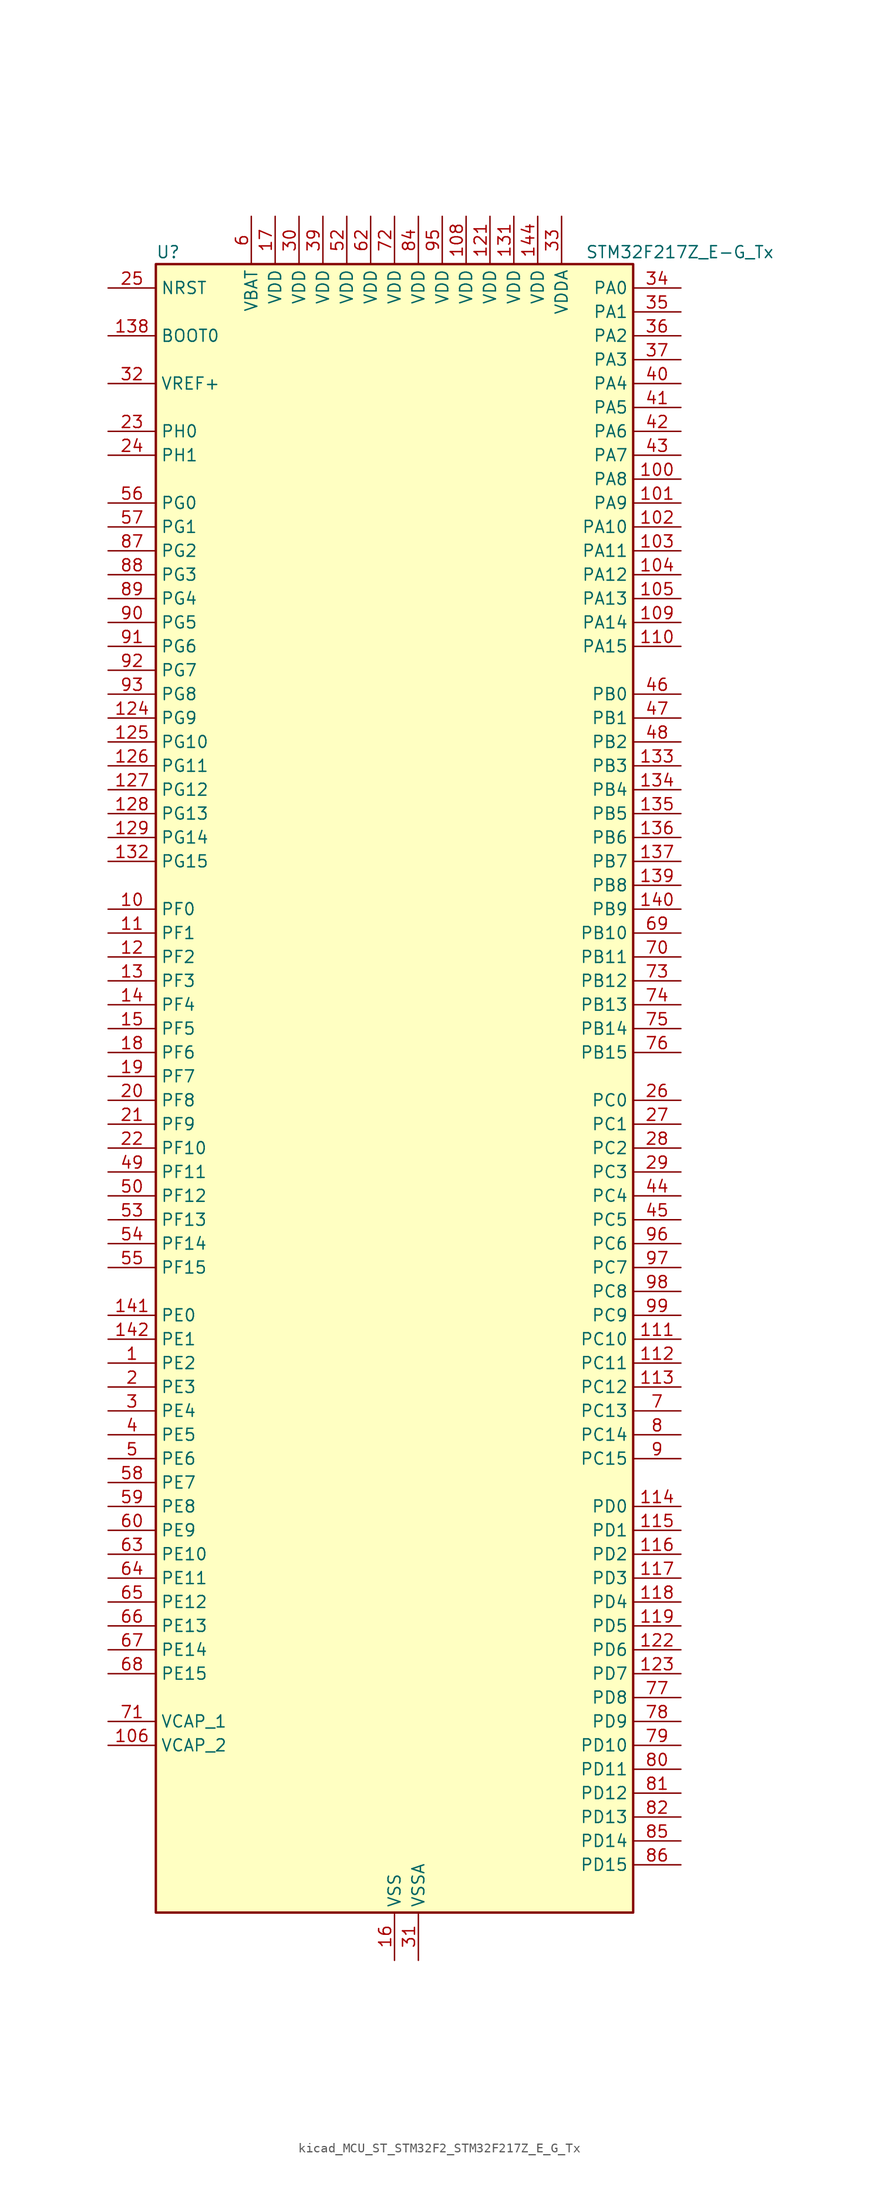
<source format=kicad_sym>
(kicad_symbol_lib
  (version 20220914)
  (generator kicad_symbol_editor)
  (symbol "kicad_MCU_ST_STM32F2_STM32F217Z_E_G_Tx"
    (property "Reference" "U"
      (at -25.4 90.17 0)
      (effects (font (size 1.27 1.27)) (justify left)))
    (property "Value" "STM32F217Z_E-G_Tx"
      (at 20.32 90.17 0)
      (effects (font (size 1.27 1.27)) (justify left)))
    (property "ki_locked" ""
      (at 0 0 0)
      (effects (font (size 1.27 1.27))))
    (symbol "kicad_MCU_ST_STM32F2_STM32F217Z_E_G_Tx_0_1"
      (rectangle (start -25.4 -86.36) (end 25.4 88.9) (stroke (width 0.254) (type default)) (fill (type background))))
    (symbol "kicad_MCU_ST_STM32F2_STM32F217Z_E_G_Tx_1_1"
      (pin bidirectional line (at -30.48 -27.94 0) (length 5.08) (name "PE2" (effects (font (size 1.27 1.27)))) (number "1" (effects (font (size 1.27 1.27)))) (alternate "ETH_TXD3" bidirectional line) (alternate "FSMC_A23" bidirectional line) (alternate "SYS_TRACECLK" bidirectional line))
      (pin bidirectional line (at -30.48 20.32 0) (length 5.08) (name "PF0" (effects (font (size 1.27 1.27)))) (number "10" (effects (font (size 1.27 1.27)))) (alternate "FSMC_A0" bidirectional line) (alternate "I2C2_SDA" bidirectional line))
      (pin bidirectional line (at 30.48 66.04 180) (length 5.08) (name "PA8" (effects (font (size 1.27 1.27)))) (number "100" (effects (font (size 1.27 1.27)))) (alternate "I2C3_SCL" bidirectional line) (alternate "RCC_MCO_1" bidirectional line) (alternate "TIM1_CH1" bidirectional line) (alternate "USART1_CK" bidirectional line) (alternate "USB_OTG_FS_SOF" bidirectional line))
      (pin bidirectional line (at 30.48 63.5 180) (length 5.08) (name "PA9" (effects (font (size 1.27 1.27)))) (number "101" (effects (font (size 1.27 1.27)))) (alternate "DAC_EXTI9" bidirectional line) (alternate "DCMI_D0" bidirectional line) (alternate "I2C3_SMBA" bidirectional line) (alternate "TIM1_CH2" bidirectional line) (alternate "USART1_TX" bidirectional line) (alternate "USB_OTG_FS_VBUS" bidirectional line))
      (pin bidirectional line (at 30.48 60.96 180) (length 5.08) (name "PA10" (effects (font (size 1.27 1.27)))) (number "102" (effects (font (size 1.27 1.27)))) (alternate "DCMI_D1" bidirectional line) (alternate "TIM1_CH3" bidirectional line) (alternate "USART1_RX" bidirectional line) (alternate "USB_OTG_FS_ID" bidirectional line))
      (pin bidirectional line (at 30.48 58.42 180) (length 5.08) (name "PA11" (effects (font (size 1.27 1.27)))) (number "103" (effects (font (size 1.27 1.27)))) (alternate "ADC1_EXTI11" bidirectional line) (alternate "ADC2_EXTI11" bidirectional line) (alternate "ADC3_EXTI11" bidirectional line) (alternate "CAN1_RX" bidirectional line) (alternate "TIM1_CH4" bidirectional line) (alternate "USART1_CTS" bidirectional line) (alternate "USB_OTG_FS_DM" bidirectional line))
      (pin bidirectional line (at 30.48 55.88 180) (length 5.08) (name "PA12" (effects (font (size 1.27 1.27)))) (number "104" (effects (font (size 1.27 1.27)))) (alternate "CAN1_TX" bidirectional line) (alternate "TIM1_ETR" bidirectional line) (alternate "USART1_RTS" bidirectional line) (alternate "USB_OTG_FS_DP" bidirectional line))
      (pin bidirectional line (at 30.48 53.34 180) (length 5.08) (name "PA13" (effects (font (size 1.27 1.27)))) (number "105" (effects (font (size 1.27 1.27)))) (alternate "SYS_JTMS-SWDIO" bidirectional line))
      (pin power_out line (at -30.48 -68.58 0) (length 5.08) (name "VCAP_2" (effects (font (size 1.27 1.27)))) (number "106" (effects (font (size 1.27 1.27)))))
      (pin passive line (at 0 -91.44 90) (length 5.08) hide (name "VSS" (effects (font (size 1.27 1.27)))) (number "107" (effects (font (size 1.27 1.27)))))
      (pin power_in line (at 7.62 93.98 270) (length 5.08) (name "VDD" (effects (font (size 1.27 1.27)))) (number "108" (effects (font (size 1.27 1.27)))))
      (pin bidirectional line (at 30.48 50.8 180) (length 5.08) (name "PA14" (effects (font (size 1.27 1.27)))) (number "109" (effects (font (size 1.27 1.27)))) (alternate "SYS_JTCK-SWCLK" bidirectional line))
      (pin bidirectional line (at -30.48 17.78 0) (length 5.08) (name "PF1" (effects (font (size 1.27 1.27)))) (number "11" (effects (font (size 1.27 1.27)))) (alternate "FSMC_A1" bidirectional line) (alternate "I2C2_SCL" bidirectional line))
      (pin bidirectional line (at 30.48 48.26 180) (length 5.08) (name "PA15" (effects (font (size 1.27 1.27)))) (number "110" (effects (font (size 1.27 1.27)))) (alternate "ADC1_EXTI15" bidirectional line) (alternate "ADC2_EXTI15" bidirectional line) (alternate "ADC3_EXTI15" bidirectional line) (alternate "I2S3_WS" bidirectional line) (alternate "SPI1_NSS" bidirectional line) (alternate "SPI3_NSS" bidirectional line) (alternate "SYS_JTDI" bidirectional line) (alternate "TIM2_CH1" bidirectional line) (alternate "TIM2_ETR" bidirectional line))
      (pin bidirectional line (at 30.48 -25.4 180) (length 5.08) (name "PC10" (effects (font (size 1.27 1.27)))) (number "111" (effects (font (size 1.27 1.27)))) (alternate "DCMI_D8" bidirectional line) (alternate "I2S3_SCK" bidirectional line) (alternate "SDIO_D2" bidirectional line) (alternate "SPI3_SCK" bidirectional line) (alternate "UART4_TX" bidirectional line) (alternate "USART3_TX" bidirectional line))
      (pin bidirectional line (at 30.48 -27.94 180) (length 5.08) (name "PC11" (effects (font (size 1.27 1.27)))) (number "112" (effects (font (size 1.27 1.27)))) (alternate "ADC1_EXTI11" bidirectional line) (alternate "ADC2_EXTI11" bidirectional line) (alternate "ADC3_EXTI11" bidirectional line) (alternate "DCMI_D4" bidirectional line) (alternate "SDIO_D3" bidirectional line) (alternate "SPI3_MISO" bidirectional line) (alternate "UART4_RX" bidirectional line) (alternate "USART3_RX" bidirectional line))
      (pin bidirectional line (at 30.48 -30.48 180) (length 5.08) (name "PC12" (effects (font (size 1.27 1.27)))) (number "113" (effects (font (size 1.27 1.27)))) (alternate "DCMI_D9" bidirectional line) (alternate "I2S3_SD" bidirectional line) (alternate "SDIO_CK" bidirectional line) (alternate "SPI3_MOSI" bidirectional line) (alternate "UART5_TX" bidirectional line) (alternate "USART3_CK" bidirectional line))
      (pin bidirectional line (at 30.48 -43.18 180) (length 5.08) (name "PD0" (effects (font (size 1.27 1.27)))) (number "114" (effects (font (size 1.27 1.27)))) (alternate "CAN1_RX" bidirectional line) (alternate "FSMC_D2" bidirectional line) (alternate "FSMC_DA2" bidirectional line))
      (pin bidirectional line (at 30.48 -45.72 180) (length 5.08) (name "PD1" (effects (font (size 1.27 1.27)))) (number "115" (effects (font (size 1.27 1.27)))) (alternate "CAN1_TX" bidirectional line) (alternate "FSMC_D3" bidirectional line) (alternate "FSMC_DA3" bidirectional line))
      (pin bidirectional line (at 30.48 -48.26 180) (length 5.08) (name "PD2" (effects (font (size 1.27 1.27)))) (number "116" (effects (font (size 1.27 1.27)))) (alternate "DCMI_D11" bidirectional line) (alternate "SDIO_CMD" bidirectional line) (alternate "TIM3_ETR" bidirectional line) (alternate "UART5_RX" bidirectional line))
      (pin bidirectional line (at 30.48 -50.8 180) (length 5.08) (name "PD3" (effects (font (size 1.27 1.27)))) (number "117" (effects (font (size 1.27 1.27)))) (alternate "FSMC_CLK" bidirectional line) (alternate "USART2_CTS" bidirectional line))
      (pin bidirectional line (at 30.48 -53.34 180) (length 5.08) (name "PD4" (effects (font (size 1.27 1.27)))) (number "118" (effects (font (size 1.27 1.27)))) (alternate "FSMC_NOE" bidirectional line) (alternate "USART2_RTS" bidirectional line))
      (pin bidirectional line (at 30.48 -55.88 180) (length 5.08) (name "PD5" (effects (font (size 1.27 1.27)))) (number "119" (effects (font (size 1.27 1.27)))) (alternate "FSMC_NWE" bidirectional line) (alternate "USART2_TX" bidirectional line))
      (pin bidirectional line (at -30.48 15.24 0) (length 5.08) (name "PF2" (effects (font (size 1.27 1.27)))) (number "12" (effects (font (size 1.27 1.27)))) (alternate "FSMC_A2" bidirectional line) (alternate "I2C2_SMBA" bidirectional line))
      (pin passive line (at 0 -91.44 90) (length 5.08) hide (name "VSS" (effects (font (size 1.27 1.27)))) (number "120" (effects (font (size 1.27 1.27)))))
      (pin power_in line (at 10.16 93.98 270) (length 5.08) (name "VDD" (effects (font (size 1.27 1.27)))) (number "121" (effects (font (size 1.27 1.27)))))
      (pin bidirectional line (at 30.48 -58.42 180) (length 5.08) (name "PD6" (effects (font (size 1.27 1.27)))) (number "122" (effects (font (size 1.27 1.27)))) (alternate "FSMC_NWAIT" bidirectional line) (alternate "USART2_RX" bidirectional line))
      (pin bidirectional line (at 30.48 -60.96 180) (length 5.08) (name "PD7" (effects (font (size 1.27 1.27)))) (number "123" (effects (font (size 1.27 1.27)))) (alternate "FSMC_NCE2" bidirectional line) (alternate "FSMC_NE1" bidirectional line) (alternate "USART2_CK" bidirectional line))
      (pin bidirectional line (at -30.48 40.64 0) (length 5.08) (name "PG9" (effects (font (size 1.27 1.27)))) (number "124" (effects (font (size 1.27 1.27)))) (alternate "DAC_EXTI9" bidirectional line) (alternate "FSMC_NCE3" bidirectional line) (alternate "FSMC_NE2" bidirectional line) (alternate "USART6_RX" bidirectional line))
      (pin bidirectional line (at -30.48 38.1 0) (length 5.08) (name "PG10" (effects (font (size 1.27 1.27)))) (number "125" (effects (font (size 1.27 1.27)))) (alternate "FSMC_NCE4_1" bidirectional line) (alternate "FSMC_NE3" bidirectional line))
      (pin bidirectional line (at -30.48 35.56 0) (length 5.08) (name "PG11" (effects (font (size 1.27 1.27)))) (number "126" (effects (font (size 1.27 1.27)))) (alternate "ADC1_EXTI11" bidirectional line) (alternate "ADC2_EXTI11" bidirectional line) (alternate "ADC3_EXTI11" bidirectional line) (alternate "ETH_TX_EN" bidirectional line) (alternate "FSMC_NCE4_2" bidirectional line))
      (pin bidirectional line (at -30.48 33.02 0) (length 5.08) (name "PG12" (effects (font (size 1.27 1.27)))) (number "127" (effects (font (size 1.27 1.27)))) (alternate "FSMC_NE4" bidirectional line) (alternate "USART6_RTS" bidirectional line))
      (pin bidirectional line (at -30.48 30.48 0) (length 5.08) (name "PG13" (effects (font (size 1.27 1.27)))) (number "128" (effects (font (size 1.27 1.27)))) (alternate "ETH_TXD0" bidirectional line) (alternate "FSMC_A24" bidirectional line) (alternate "USART6_CTS" bidirectional line))
      (pin bidirectional line (at -30.48 27.94 0) (length 5.08) (name "PG14" (effects (font (size 1.27 1.27)))) (number "129" (effects (font (size 1.27 1.27)))) (alternate "ETH_TXD1" bidirectional line) (alternate "FSMC_A25" bidirectional line) (alternate "USART6_TX" bidirectional line))
      (pin bidirectional line (at -30.48 12.7 0) (length 5.08) (name "PF3" (effects (font (size 1.27 1.27)))) (number "13" (effects (font (size 1.27 1.27)))) (alternate "ADC3_IN9" bidirectional line) (alternate "FSMC_A3" bidirectional line))
      (pin passive line (at 0 -91.44 90) (length 5.08) hide (name "VSS" (effects (font (size 1.27 1.27)))) (number "130" (effects (font (size 1.27 1.27)))))
      (pin power_in line (at 12.7 93.98 270) (length 5.08) (name "VDD" (effects (font (size 1.27 1.27)))) (number "131" (effects (font (size 1.27 1.27)))))
      (pin bidirectional line (at -30.48 25.4 0) (length 5.08) (name "PG15" (effects (font (size 1.27 1.27)))) (number "132" (effects (font (size 1.27 1.27)))) (alternate "ADC1_EXTI15" bidirectional line) (alternate "ADC2_EXTI15" bidirectional line) (alternate "ADC3_EXTI15" bidirectional line) (alternate "DCMI_D13" bidirectional line) (alternate "USART6_CTS" bidirectional line))
      (pin bidirectional line (at 30.48 35.56 180) (length 5.08) (name "PB3" (effects (font (size 1.27 1.27)))) (number "133" (effects (font (size 1.27 1.27)))) (alternate "I2S3_SCK" bidirectional line) (alternate "SPI1_SCK" bidirectional line) (alternate "SPI3_SCK" bidirectional line) (alternate "SYS_JTDO-SWO" bidirectional line) (alternate "TIM2_CH2" bidirectional line))
      (pin bidirectional line (at 30.48 33.02 180) (length 5.08) (name "PB4" (effects (font (size 1.27 1.27)))) (number "134" (effects (font (size 1.27 1.27)))) (alternate "SPI1_MISO" bidirectional line) (alternate "SPI3_MISO" bidirectional line) (alternate "SYS_JTRST" bidirectional line) (alternate "TIM3_CH1" bidirectional line))
      (pin bidirectional line (at 30.48 30.48 180) (length 5.08) (name "PB5" (effects (font (size 1.27 1.27)))) (number "135" (effects (font (size 1.27 1.27)))) (alternate "CAN2_RX" bidirectional line) (alternate "DCMI_D10" bidirectional line) (alternate "ETH_PPS_OUT" bidirectional line) (alternate "I2C1_SMBA" bidirectional line) (alternate "I2S3_SD" bidirectional line) (alternate "SPI1_MOSI" bidirectional line) (alternate "SPI3_MOSI" bidirectional line) (alternate "TIM3_CH2" bidirectional line) (alternate "USB_OTG_HS_ULPI_D7" bidirectional line))
      (pin bidirectional line (at 30.48 27.94 180) (length 5.08) (name "PB6" (effects (font (size 1.27 1.27)))) (number "136" (effects (font (size 1.27 1.27)))) (alternate "CAN2_TX" bidirectional line) (alternate "DCMI_D5" bidirectional line) (alternate "I2C1_SCL" bidirectional line) (alternate "TIM4_CH1" bidirectional line) (alternate "USART1_TX" bidirectional line))
      (pin bidirectional line (at 30.48 25.4 180) (length 5.08) (name "PB7" (effects (font (size 1.27 1.27)))) (number "137" (effects (font (size 1.27 1.27)))) (alternate "DCMI_VSYNC" bidirectional line) (alternate "FSMC_NL" bidirectional line) (alternate "I2C1_SDA" bidirectional line) (alternate "TIM4_CH2" bidirectional line) (alternate "USART1_RX" bidirectional line))
      (pin input line (at -30.48 81.28 0) (length 5.08) (name "BOOT0" (effects (font (size 1.27 1.27)))) (number "138" (effects (font (size 1.27 1.27)))))
      (pin bidirectional line (at 30.48 22.86 180) (length 5.08) (name "PB8" (effects (font (size 1.27 1.27)))) (number "139" (effects (font (size 1.27 1.27)))) (alternate "CAN1_RX" bidirectional line) (alternate "DCMI_D6" bidirectional line) (alternate "ETH_TXD3" bidirectional line) (alternate "I2C1_SCL" bidirectional line) (alternate "SDIO_D4" bidirectional line) (alternate "TIM10_CH1" bidirectional line) (alternate "TIM4_CH3" bidirectional line))
      (pin bidirectional line (at -30.48 10.16 0) (length 5.08) (name "PF4" (effects (font (size 1.27 1.27)))) (number "14" (effects (font (size 1.27 1.27)))) (alternate "ADC3_IN14" bidirectional line) (alternate "FSMC_A4" bidirectional line))
      (pin bidirectional line (at 30.48 20.32 180) (length 5.08) (name "PB9" (effects (font (size 1.27 1.27)))) (number "140" (effects (font (size 1.27 1.27)))) (alternate "CAN1_TX" bidirectional line) (alternate "DAC_EXTI9" bidirectional line) (alternate "DCMI_D7" bidirectional line) (alternate "I2C1_SDA" bidirectional line) (alternate "I2S2_WS" bidirectional line) (alternate "SDIO_D5" bidirectional line) (alternate "SPI2_NSS" bidirectional line) (alternate "TIM11_CH1" bidirectional line) (alternate "TIM4_CH4" bidirectional line))
      (pin bidirectional line (at -30.48 -22.86 0) (length 5.08) (name "PE0" (effects (font (size 1.27 1.27)))) (number "141" (effects (font (size 1.27 1.27)))) (alternate "DCMI_D2" bidirectional line) (alternate "FSMC_NBL0" bidirectional line) (alternate "TIM4_ETR" bidirectional line))
      (pin bidirectional line (at -30.48 -25.4 0) (length 5.08) (name "PE1" (effects (font (size 1.27 1.27)))) (number "142" (effects (font (size 1.27 1.27)))) (alternate "DCMI_D3" bidirectional line) (alternate "FSMC_NBL1" bidirectional line))
      (pin no_connect line (at -25.4 -86.36 0) (length 5.08) hide (name "RFU" (effects (font (size 1.27 1.27)))) (number "143" (effects (font (size 1.27 1.27)))))
      (pin power_in line (at 15.24 93.98 270) (length 5.08) (name "VDD" (effects (font (size 1.27 1.27)))) (number "144" (effects (font (size 1.27 1.27)))))
      (pin bidirectional line (at -30.48 7.62 0) (length 5.08) (name "PF5" (effects (font (size 1.27 1.27)))) (number "15" (effects (font (size 1.27 1.27)))) (alternate "ADC3_IN15" bidirectional line) (alternate "FSMC_A5" bidirectional line))
      (pin power_in line (at 0 -91.44 90) (length 5.08) (name "VSS" (effects (font (size 1.27 1.27)))) (number "16" (effects (font (size 1.27 1.27)))))
      (pin power_in line (at -12.7 93.98 270) (length 5.08) (name "VDD" (effects (font (size 1.27 1.27)))) (number "17" (effects (font (size 1.27 1.27)))))
      (pin bidirectional line (at -30.48 5.08 0) (length 5.08) (name "PF6" (effects (font (size 1.27 1.27)))) (number "18" (effects (font (size 1.27 1.27)))) (alternate "ADC3_IN4" bidirectional line) (alternate "FSMC_NIORD" bidirectional line) (alternate "TIM10_CH1" bidirectional line))
      (pin bidirectional line (at -30.48 2.54 0) (length 5.08) (name "PF7" (effects (font (size 1.27 1.27)))) (number "19" (effects (font (size 1.27 1.27)))) (alternate "ADC3_IN5" bidirectional line) (alternate "FSMC_NREG" bidirectional line) (alternate "TIM11_CH1" bidirectional line))
      (pin bidirectional line (at -30.48 -30.48 0) (length 5.08) (name "PE3" (effects (font (size 1.27 1.27)))) (number "2" (effects (font (size 1.27 1.27)))) (alternate "FSMC_A19" bidirectional line) (alternate "SYS_TRACED0" bidirectional line))
      (pin bidirectional line (at -30.48 0 0) (length 5.08) (name "PF8" (effects (font (size 1.27 1.27)))) (number "20" (effects (font (size 1.27 1.27)))) (alternate "ADC3_IN6" bidirectional line) (alternate "FSMC_NIOWR" bidirectional line) (alternate "TIM13_CH1" bidirectional line))
      (pin bidirectional line (at -30.48 -2.54 0) (length 5.08) (name "PF9" (effects (font (size 1.27 1.27)))) (number "21" (effects (font (size 1.27 1.27)))) (alternate "ADC3_IN7" bidirectional line) (alternate "DAC_EXTI9" bidirectional line) (alternate "FSMC_CD" bidirectional line) (alternate "TIM14_CH1" bidirectional line))
      (pin bidirectional line (at -30.48 -5.08 0) (length 5.08) (name "PF10" (effects (font (size 1.27 1.27)))) (number "22" (effects (font (size 1.27 1.27)))) (alternate "ADC3_IN8" bidirectional line) (alternate "FSMC_INTR" bidirectional line))
      (pin bidirectional line (at -30.48 71.12 0) (length 5.08) (name "PH0" (effects (font (size 1.27 1.27)))) (number "23" (effects (font (size 1.27 1.27)))) (alternate "RCC_OSC_IN" bidirectional line))
      (pin bidirectional line (at -30.48 68.58 0) (length 5.08) (name "PH1" (effects (font (size 1.27 1.27)))) (number "24" (effects (font (size 1.27 1.27)))) (alternate "RCC_OSC_OUT" bidirectional line))
      (pin input line (at -30.48 86.36 0) (length 5.08) (name "NRST" (effects (font (size 1.27 1.27)))) (number "25" (effects (font (size 1.27 1.27)))))
      (pin bidirectional line (at 30.48 0 180) (length 5.08) (name "PC0" (effects (font (size 1.27 1.27)))) (number "26" (effects (font (size 1.27 1.27)))) (alternate "ADC1_IN10" bidirectional line) (alternate "ADC2_IN10" bidirectional line) (alternate "ADC3_IN10" bidirectional line) (alternate "USB_OTG_HS_ULPI_STP" bidirectional line))
      (pin bidirectional line (at 30.48 -2.54 180) (length 5.08) (name "PC1" (effects (font (size 1.27 1.27)))) (number "27" (effects (font (size 1.27 1.27)))) (alternate "ADC1_IN11" bidirectional line) (alternate "ADC2_IN11" bidirectional line) (alternate "ADC3_IN11" bidirectional line) (alternate "ETH_MDC" bidirectional line))
      (pin bidirectional line (at 30.48 -5.08 180) (length 5.08) (name "PC2" (effects (font (size 1.27 1.27)))) (number "28" (effects (font (size 1.27 1.27)))) (alternate "ADC1_IN12" bidirectional line) (alternate "ADC2_IN12" bidirectional line) (alternate "ADC3_IN12" bidirectional line) (alternate "ETH_TXD2" bidirectional line) (alternate "SPI2_MISO" bidirectional line) (alternate "USB_OTG_HS_ULPI_DIR" bidirectional line))
      (pin bidirectional line (at 30.48 -7.62 180) (length 5.08) (name "PC3" (effects (font (size 1.27 1.27)))) (number "29" (effects (font (size 1.27 1.27)))) (alternate "ADC1_IN13" bidirectional line) (alternate "ADC2_IN13" bidirectional line) (alternate "ADC3_IN13" bidirectional line) (alternate "ETH_TX_CLK" bidirectional line) (alternate "I2S2_SD" bidirectional line) (alternate "SPI2_MOSI" bidirectional line) (alternate "USB_OTG_HS_ULPI_NXT" bidirectional line))
      (pin bidirectional line (at -30.48 -33.02 0) (length 5.08) (name "PE4" (effects (font (size 1.27 1.27)))) (number "3" (effects (font (size 1.27 1.27)))) (alternate "DCMI_D4" bidirectional line) (alternate "FSMC_A20" bidirectional line) (alternate "SYS_TRACED1" bidirectional line))
      (pin power_in line (at -10.16 93.98 270) (length 5.08) (name "VDD" (effects (font (size 1.27 1.27)))) (number "30" (effects (font (size 1.27 1.27)))))
      (pin power_in line (at 2.54 -91.44 90) (length 5.08) (name "VSSA" (effects (font (size 1.27 1.27)))) (number "31" (effects (font (size 1.27 1.27)))))
      (pin input line (at -30.48 76.2 0) (length 5.08) (name "VREF+" (effects (font (size 1.27 1.27)))) (number "32" (effects (font (size 1.27 1.27)))))
      (pin power_in line (at 17.78 93.98 270) (length 5.08) (name "VDDA" (effects (font (size 1.27 1.27)))) (number "33" (effects (font (size 1.27 1.27)))))
      (pin bidirectional line (at 30.48 86.36 180) (length 5.08) (name "PA0" (effects (font (size 1.27 1.27)))) (number "34" (effects (font (size 1.27 1.27)))) (alternate "ADC1_IN0" bidirectional line) (alternate "ADC2_IN0" bidirectional line) (alternate "ADC3_IN0" bidirectional line) (alternate "ETH_CRS" bidirectional line) (alternate "SYS_WKUP" bidirectional line) (alternate "TIM2_CH1" bidirectional line) (alternate "TIM2_ETR" bidirectional line) (alternate "TIM5_CH1" bidirectional line) (alternate "TIM8_ETR" bidirectional line) (alternate "UART4_TX" bidirectional line) (alternate "USART2_CTS" bidirectional line))
      (pin bidirectional line (at 30.48 83.82 180) (length 5.08) (name "PA1" (effects (font (size 1.27 1.27)))) (number "35" (effects (font (size 1.27 1.27)))) (alternate "ADC1_IN1" bidirectional line) (alternate "ADC2_IN1" bidirectional line) (alternate "ADC3_IN1" bidirectional line) (alternate "ETH_REF_CLK" bidirectional line) (alternate "ETH_RX_CLK" bidirectional line) (alternate "TIM2_CH2" bidirectional line) (alternate "TIM5_CH2" bidirectional line) (alternate "UART4_RX" bidirectional line) (alternate "USART2_RTS" bidirectional line))
      (pin bidirectional line (at 30.48 81.28 180) (length 5.08) (name "PA2" (effects (font (size 1.27 1.27)))) (number "36" (effects (font (size 1.27 1.27)))) (alternate "ADC1_IN2" bidirectional line) (alternate "ADC2_IN2" bidirectional line) (alternate "ADC3_IN2" bidirectional line) (alternate "ETH_MDIO" bidirectional line) (alternate "TIM2_CH3" bidirectional line) (alternate "TIM5_CH3" bidirectional line) (alternate "TIM9_CH1" bidirectional line) (alternate "USART2_TX" bidirectional line))
      (pin bidirectional line (at 30.48 78.74 180) (length 5.08) (name "PA3" (effects (font (size 1.27 1.27)))) (number "37" (effects (font (size 1.27 1.27)))) (alternate "ADC1_IN3" bidirectional line) (alternate "ADC2_IN3" bidirectional line) (alternate "ADC3_IN3" bidirectional line) (alternate "ETH_COL" bidirectional line) (alternate "TIM2_CH4" bidirectional line) (alternate "TIM5_CH4" bidirectional line) (alternate "TIM9_CH2" bidirectional line) (alternate "USART2_RX" bidirectional line) (alternate "USB_OTG_HS_ULPI_D0" bidirectional line))
      (pin passive line (at 0 -91.44 90) (length 5.08) hide (name "VSS" (effects (font (size 1.27 1.27)))) (number "38" (effects (font (size 1.27 1.27)))))
      (pin power_in line (at -7.62 93.98 270) (length 5.08) (name "VDD" (effects (font (size 1.27 1.27)))) (number "39" (effects (font (size 1.27 1.27)))))
      (pin bidirectional line (at -30.48 -35.56 0) (length 5.08) (name "PE5" (effects (font (size 1.27 1.27)))) (number "4" (effects (font (size 1.27 1.27)))) (alternate "DCMI_D6" bidirectional line) (alternate "FSMC_A21" bidirectional line) (alternate "SYS_TRACED2" bidirectional line) (alternate "TIM9_CH1" bidirectional line))
      (pin bidirectional line (at 30.48 76.2 180) (length 5.08) (name "PA4" (effects (font (size 1.27 1.27)))) (number "40" (effects (font (size 1.27 1.27)))) (alternate "ADC1_IN4" bidirectional line) (alternate "ADC2_IN4" bidirectional line) (alternate "DAC_OUT1" bidirectional line) (alternate "DCMI_HSYNC" bidirectional line) (alternate "I2S3_WS" bidirectional line) (alternate "SPI1_NSS" bidirectional line) (alternate "SPI3_NSS" bidirectional line) (alternate "USART2_CK" bidirectional line) (alternate "USB_OTG_HS_SOF" bidirectional line))
      (pin bidirectional line (at 30.48 73.66 180) (length 5.08) (name "PA5" (effects (font (size 1.27 1.27)))) (number "41" (effects (font (size 1.27 1.27)))) (alternate "ADC1_IN5" bidirectional line) (alternate "ADC2_IN5" bidirectional line) (alternate "DAC_OUT2" bidirectional line) (alternate "SPI1_SCK" bidirectional line) (alternate "TIM2_CH1" bidirectional line) (alternate "TIM2_ETR" bidirectional line) (alternate "TIM8_CH1N" bidirectional line) (alternate "USB_OTG_HS_ULPI_CK" bidirectional line))
      (pin bidirectional line (at 30.48 71.12 180) (length 5.08) (name "PA6" (effects (font (size 1.27 1.27)))) (number "42" (effects (font (size 1.27 1.27)))) (alternate "ADC1_IN6" bidirectional line) (alternate "ADC2_IN6" bidirectional line) (alternate "DCMI_PIXCLK" bidirectional line) (alternate "SPI1_MISO" bidirectional line) (alternate "TIM13_CH1" bidirectional line) (alternate "TIM1_BKIN" bidirectional line) (alternate "TIM3_CH1" bidirectional line) (alternate "TIM8_BKIN" bidirectional line))
      (pin bidirectional line (at 30.48 68.58 180) (length 5.08) (name "PA7" (effects (font (size 1.27 1.27)))) (number "43" (effects (font (size 1.27 1.27)))) (alternate "ADC1_IN7" bidirectional line) (alternate "ADC2_IN7" bidirectional line) (alternate "ETH_CRS_DV" bidirectional line) (alternate "ETH_RX_DV" bidirectional line) (alternate "SPI1_MOSI" bidirectional line) (alternate "TIM14_CH1" bidirectional line) (alternate "TIM1_CH1N" bidirectional line) (alternate "TIM3_CH2" bidirectional line) (alternate "TIM8_CH1N" bidirectional line))
      (pin bidirectional line (at 30.48 -10.16 180) (length 5.08) (name "PC4" (effects (font (size 1.27 1.27)))) (number "44" (effects (font (size 1.27 1.27)))) (alternate "ADC1_IN14" bidirectional line) (alternate "ADC2_IN14" bidirectional line) (alternate "ETH_RXD0" bidirectional line))
      (pin bidirectional line (at 30.48 -12.7 180) (length 5.08) (name "PC5" (effects (font (size 1.27 1.27)))) (number "45" (effects (font (size 1.27 1.27)))) (alternate "ADC1_IN15" bidirectional line) (alternate "ADC2_IN15" bidirectional line) (alternate "ETH_RXD1" bidirectional line))
      (pin bidirectional line (at 30.48 43.18 180) (length 5.08) (name "PB0" (effects (font (size 1.27 1.27)))) (number "46" (effects (font (size 1.27 1.27)))) (alternate "ADC1_IN8" bidirectional line) (alternate "ADC2_IN8" bidirectional line) (alternate "ETH_RXD2" bidirectional line) (alternate "TIM1_CH2N" bidirectional line) (alternate "TIM3_CH3" bidirectional line) (alternate "TIM8_CH2N" bidirectional line) (alternate "USB_OTG_HS_ULPI_D1" bidirectional line))
      (pin bidirectional line (at 30.48 40.64 180) (length 5.08) (name "PB1" (effects (font (size 1.27 1.27)))) (number "47" (effects (font (size 1.27 1.27)))) (alternate "ADC1_IN9" bidirectional line) (alternate "ADC2_IN9" bidirectional line) (alternate "ETH_RXD3" bidirectional line) (alternate "TIM1_CH3N" bidirectional line) (alternate "TIM3_CH4" bidirectional line) (alternate "TIM8_CH3N" bidirectional line) (alternate "USB_OTG_HS_ULPI_D2" bidirectional line))
      (pin bidirectional line (at 30.48 38.1 180) (length 5.08) (name "PB2" (effects (font (size 1.27 1.27)))) (number "48" (effects (font (size 1.27 1.27)))))
      (pin bidirectional line (at -30.48 -7.62 0) (length 5.08) (name "PF11" (effects (font (size 1.27 1.27)))) (number "49" (effects (font (size 1.27 1.27)))) (alternate "ADC1_EXTI11" bidirectional line) (alternate "ADC2_EXTI11" bidirectional line) (alternate "ADC3_EXTI11" bidirectional line) (alternate "DCMI_D12" bidirectional line))
      (pin bidirectional line (at -30.48 -38.1 0) (length 5.08) (name "PE6" (effects (font (size 1.27 1.27)))) (number "5" (effects (font (size 1.27 1.27)))) (alternate "DCMI_D7" bidirectional line) (alternate "FSMC_A22" bidirectional line) (alternate "SYS_TRACED3" bidirectional line) (alternate "TIM9_CH2" bidirectional line))
      (pin bidirectional line (at -30.48 -10.16 0) (length 5.08) (name "PF12" (effects (font (size 1.27 1.27)))) (number "50" (effects (font (size 1.27 1.27)))) (alternate "FSMC_A6" bidirectional line))
      (pin passive line (at 0 -91.44 90) (length 5.08) hide (name "VSS" (effects (font (size 1.27 1.27)))) (number "51" (effects (font (size 1.27 1.27)))))
      (pin power_in line (at -5.08 93.98 270) (length 5.08) (name "VDD" (effects (font (size 1.27 1.27)))) (number "52" (effects (font (size 1.27 1.27)))))
      (pin bidirectional line (at -30.48 -12.7 0) (length 5.08) (name "PF13" (effects (font (size 1.27 1.27)))) (number "53" (effects (font (size 1.27 1.27)))) (alternate "FSMC_A7" bidirectional line))
      (pin bidirectional line (at -30.48 -15.24 0) (length 5.08) (name "PF14" (effects (font (size 1.27 1.27)))) (number "54" (effects (font (size 1.27 1.27)))) (alternate "FSMC_A8" bidirectional line))
      (pin bidirectional line (at -30.48 -17.78 0) (length 5.08) (name "PF15" (effects (font (size 1.27 1.27)))) (number "55" (effects (font (size 1.27 1.27)))) (alternate "ADC1_EXTI15" bidirectional line) (alternate "ADC2_EXTI15" bidirectional line) (alternate "ADC3_EXTI15" bidirectional line) (alternate "FSMC_A9" bidirectional line))
      (pin bidirectional line (at -30.48 63.5 0) (length 5.08) (name "PG0" (effects (font (size 1.27 1.27)))) (number "56" (effects (font (size 1.27 1.27)))) (alternate "FSMC_A10" bidirectional line))
      (pin bidirectional line (at -30.48 60.96 0) (length 5.08) (name "PG1" (effects (font (size 1.27 1.27)))) (number "57" (effects (font (size 1.27 1.27)))) (alternate "FSMC_A11" bidirectional line))
      (pin bidirectional line (at -30.48 -40.64 0) (length 5.08) (name "PE7" (effects (font (size 1.27 1.27)))) (number "58" (effects (font (size 1.27 1.27)))) (alternate "FSMC_D4" bidirectional line) (alternate "FSMC_DA4" bidirectional line) (alternate "TIM1_ETR" bidirectional line))
      (pin bidirectional line (at -30.48 -43.18 0) (length 5.08) (name "PE8" (effects (font (size 1.27 1.27)))) (number "59" (effects (font (size 1.27 1.27)))) (alternate "FSMC_D5" bidirectional line) (alternate "FSMC_DA5" bidirectional line) (alternate "TIM1_CH1N" bidirectional line))
      (pin power_in line (at -15.24 93.98 270) (length 5.08) (name "VBAT" (effects (font (size 1.27 1.27)))) (number "6" (effects (font (size 1.27 1.27)))))
      (pin bidirectional line (at -30.48 -45.72 0) (length 5.08) (name "PE9" (effects (font (size 1.27 1.27)))) (number "60" (effects (font (size 1.27 1.27)))) (alternate "DAC_EXTI9" bidirectional line) (alternate "FSMC_D6" bidirectional line) (alternate "FSMC_DA6" bidirectional line) (alternate "TIM1_CH1" bidirectional line))
      (pin passive line (at 0 -91.44 90) (length 5.08) hide (name "VSS" (effects (font (size 1.27 1.27)))) (number "61" (effects (font (size 1.27 1.27)))))
      (pin power_in line (at -2.54 93.98 270) (length 5.08) (name "VDD" (effects (font (size 1.27 1.27)))) (number "62" (effects (font (size 1.27 1.27)))))
      (pin bidirectional line (at -30.48 -48.26 0) (length 5.08) (name "PE10" (effects (font (size 1.27 1.27)))) (number "63" (effects (font (size 1.27 1.27)))) (alternate "FSMC_D7" bidirectional line) (alternate "FSMC_DA7" bidirectional line) (alternate "TIM1_CH2N" bidirectional line))
      (pin bidirectional line (at -30.48 -50.8 0) (length 5.08) (name "PE11" (effects (font (size 1.27 1.27)))) (number "64" (effects (font (size 1.27 1.27)))) (alternate "ADC1_EXTI11" bidirectional line) (alternate "ADC2_EXTI11" bidirectional line) (alternate "ADC3_EXTI11" bidirectional line) (alternate "FSMC_D8" bidirectional line) (alternate "FSMC_DA8" bidirectional line) (alternate "TIM1_CH2" bidirectional line))
      (pin bidirectional line (at -30.48 -53.34 0) (length 5.08) (name "PE12" (effects (font (size 1.27 1.27)))) (number "65" (effects (font (size 1.27 1.27)))) (alternate "FSMC_D9" bidirectional line) (alternate "FSMC_DA9" bidirectional line) (alternate "TIM1_CH3N" bidirectional line))
      (pin bidirectional line (at -30.48 -55.88 0) (length 5.08) (name "PE13" (effects (font (size 1.27 1.27)))) (number "66" (effects (font (size 1.27 1.27)))) (alternate "FSMC_D10" bidirectional line) (alternate "FSMC_DA10" bidirectional line) (alternate "TIM1_CH3" bidirectional line))
      (pin bidirectional line (at -30.48 -58.42 0) (length 5.08) (name "PE14" (effects (font (size 1.27 1.27)))) (number "67" (effects (font (size 1.27 1.27)))) (alternate "FSMC_D11" bidirectional line) (alternate "FSMC_DA11" bidirectional line) (alternate "TIM1_CH4" bidirectional line))
      (pin bidirectional line (at -30.48 -60.96 0) (length 5.08) (name "PE15" (effects (font (size 1.27 1.27)))) (number "68" (effects (font (size 1.27 1.27)))) (alternate "ADC1_EXTI15" bidirectional line) (alternate "ADC2_EXTI15" bidirectional line) (alternate "ADC3_EXTI15" bidirectional line) (alternate "FSMC_D12" bidirectional line) (alternate "FSMC_DA12" bidirectional line) (alternate "TIM1_BKIN" bidirectional line))
      (pin bidirectional line (at 30.48 17.78 180) (length 5.08) (name "PB10" (effects (font (size 1.27 1.27)))) (number "69" (effects (font (size 1.27 1.27)))) (alternate "ETH_RX_ER" bidirectional line) (alternate "I2C2_SCL" bidirectional line) (alternate "I2S2_SCK" bidirectional line) (alternate "SPI2_SCK" bidirectional line) (alternate "TIM2_CH3" bidirectional line) (alternate "USART3_TX" bidirectional line) (alternate "USB_OTG_HS_ULPI_D3" bidirectional line))
      (pin bidirectional line (at 30.48 -33.02 180) (length 5.08) (name "PC13" (effects (font (size 1.27 1.27)))) (number "7" (effects (font (size 1.27 1.27)))) (alternate "RTC_AF1" bidirectional line))
      (pin bidirectional line (at 30.48 15.24 180) (length 5.08) (name "PB11" (effects (font (size 1.27 1.27)))) (number "70" (effects (font (size 1.27 1.27)))) (alternate "ADC1_EXTI11" bidirectional line) (alternate "ADC2_EXTI11" bidirectional line) (alternate "ADC3_EXTI11" bidirectional line) (alternate "ETH_TX_EN" bidirectional line) (alternate "I2C2_SDA" bidirectional line) (alternate "TIM2_CH4" bidirectional line) (alternate "USART3_RX" bidirectional line) (alternate "USB_OTG_HS_ULPI_D4" bidirectional line))
      (pin power_out line (at -30.48 -66.04 0) (length 5.08) (name "VCAP_1" (effects (font (size 1.27 1.27)))) (number "71" (effects (font (size 1.27 1.27)))))
      (pin power_in line (at 0 93.98 270) (length 5.08) (name "VDD" (effects (font (size 1.27 1.27)))) (number "72" (effects (font (size 1.27 1.27)))))
      (pin bidirectional line (at 30.48 12.7 180) (length 5.08) (name "PB12" (effects (font (size 1.27 1.27)))) (number "73" (effects (font (size 1.27 1.27)))) (alternate "CAN2_RX" bidirectional line) (alternate "ETH_TXD0" bidirectional line) (alternate "I2C2_SMBA" bidirectional line) (alternate "I2S2_WS" bidirectional line) (alternate "SPI2_NSS" bidirectional line) (alternate "TIM1_BKIN" bidirectional line) (alternate "USART3_CK" bidirectional line) (alternate "USB_OTG_HS_ID" bidirectional line) (alternate "USB_OTG_HS_ULPI_D5" bidirectional line))
      (pin bidirectional line (at 30.48 10.16 180) (length 5.08) (name "PB13" (effects (font (size 1.27 1.27)))) (number "74" (effects (font (size 1.27 1.27)))) (alternate "CAN2_TX" bidirectional line) (alternate "ETH_TXD1" bidirectional line) (alternate "I2S2_SCK" bidirectional line) (alternate "SPI2_SCK" bidirectional line) (alternate "TIM1_CH1N" bidirectional line) (alternate "USART3_CTS" bidirectional line) (alternate "USB_OTG_HS_ULPI_D6" bidirectional line) (alternate "USB_OTG_HS_VBUS" bidirectional line))
      (pin bidirectional line (at 30.48 7.62 180) (length 5.08) (name "PB14" (effects (font (size 1.27 1.27)))) (number "75" (effects (font (size 1.27 1.27)))) (alternate "SPI2_MISO" bidirectional line) (alternate "TIM12_CH1" bidirectional line) (alternate "TIM1_CH2N" bidirectional line) (alternate "TIM8_CH2N" bidirectional line) (alternate "USART3_RTS" bidirectional line) (alternate "USB_OTG_HS_DM" bidirectional line))
      (pin bidirectional line (at 30.48 5.08 180) (length 5.08) (name "PB15" (effects (font (size 1.27 1.27)))) (number "76" (effects (font (size 1.27 1.27)))) (alternate "ADC1_EXTI15" bidirectional line) (alternate "ADC2_EXTI15" bidirectional line) (alternate "ADC3_EXTI15" bidirectional line) (alternate "I2S2_SD" bidirectional line) (alternate "RTC_REFIN" bidirectional line) (alternate "SPI2_MOSI" bidirectional line) (alternate "TIM12_CH2" bidirectional line) (alternate "TIM1_CH3N" bidirectional line) (alternate "TIM8_CH3N" bidirectional line) (alternate "USB_OTG_HS_DP" bidirectional line))
      (pin bidirectional line (at 30.48 -63.5 180) (length 5.08) (name "PD8" (effects (font (size 1.27 1.27)))) (number "77" (effects (font (size 1.27 1.27)))) (alternate "FSMC_D13" bidirectional line) (alternate "FSMC_DA13" bidirectional line) (alternate "USART3_TX" bidirectional line))
      (pin bidirectional line (at 30.48 -66.04 180) (length 5.08) (name "PD9" (effects (font (size 1.27 1.27)))) (number "78" (effects (font (size 1.27 1.27)))) (alternate "DAC_EXTI9" bidirectional line) (alternate "FSMC_D14" bidirectional line) (alternate "FSMC_DA14" bidirectional line) (alternate "USART3_RX" bidirectional line))
      (pin bidirectional line (at 30.48 -68.58 180) (length 5.08) (name "PD10" (effects (font (size 1.27 1.27)))) (number "79" (effects (font (size 1.27 1.27)))) (alternate "FSMC_D15" bidirectional line) (alternate "FSMC_DA15" bidirectional line) (alternate "USART3_CK" bidirectional line))
      (pin bidirectional line (at 30.48 -35.56 180) (length 5.08) (name "PC14" (effects (font (size 1.27 1.27)))) (number "8" (effects (font (size 1.27 1.27)))) (alternate "RCC_OSC32_IN" bidirectional line))
      (pin bidirectional line (at 30.48 -71.12 180) (length 5.08) (name "PD11" (effects (font (size 1.27 1.27)))) (number "80" (effects (font (size 1.27 1.27)))) (alternate "ADC1_EXTI11" bidirectional line) (alternate "ADC2_EXTI11" bidirectional line) (alternate "ADC3_EXTI11" bidirectional line) (alternate "FSMC_A16" bidirectional line) (alternate "FSMC_CLE" bidirectional line) (alternate "USART3_CTS" bidirectional line))
      (pin bidirectional line (at 30.48 -73.66 180) (length 5.08) (name "PD12" (effects (font (size 1.27 1.27)))) (number "81" (effects (font (size 1.27 1.27)))) (alternate "FSMC_A17" bidirectional line) (alternate "FSMC_ALE" bidirectional line) (alternate "TIM4_CH1" bidirectional line) (alternate "USART3_RTS" bidirectional line))
      (pin bidirectional line (at 30.48 -76.2 180) (length 5.08) (name "PD13" (effects (font (size 1.27 1.27)))) (number "82" (effects (font (size 1.27 1.27)))) (alternate "FSMC_A18" bidirectional line) (alternate "TIM4_CH2" bidirectional line))
      (pin passive line (at 0 -91.44 90) (length 5.08) hide (name "VSS" (effects (font (size 1.27 1.27)))) (number "83" (effects (font (size 1.27 1.27)))))
      (pin power_in line (at 2.54 93.98 270) (length 5.08) (name "VDD" (effects (font (size 1.27 1.27)))) (number "84" (effects (font (size 1.27 1.27)))))
      (pin bidirectional line (at 30.48 -78.74 180) (length 5.08) (name "PD14" (effects (font (size 1.27 1.27)))) (number "85" (effects (font (size 1.27 1.27)))) (alternate "FSMC_D0" bidirectional line) (alternate "FSMC_DA0" bidirectional line) (alternate "TIM4_CH3" bidirectional line))
      (pin bidirectional line (at 30.48 -81.28 180) (length 5.08) (name "PD15" (effects (font (size 1.27 1.27)))) (number "86" (effects (font (size 1.27 1.27)))) (alternate "ADC1_EXTI15" bidirectional line) (alternate "ADC2_EXTI15" bidirectional line) (alternate "ADC3_EXTI15" bidirectional line) (alternate "FSMC_D1" bidirectional line) (alternate "FSMC_DA1" bidirectional line) (alternate "TIM4_CH4" bidirectional line))
      (pin bidirectional line (at -30.48 58.42 0) (length 5.08) (name "PG2" (effects (font (size 1.27 1.27)))) (number "87" (effects (font (size 1.27 1.27)))) (alternate "FSMC_A12" bidirectional line))
      (pin bidirectional line (at -30.48 55.88 0) (length 5.08) (name "PG3" (effects (font (size 1.27 1.27)))) (number "88" (effects (font (size 1.27 1.27)))) (alternate "FSMC_A13" bidirectional line))
      (pin bidirectional line (at -30.48 53.34 0) (length 5.08) (name "PG4" (effects (font (size 1.27 1.27)))) (number "89" (effects (font (size 1.27 1.27)))) (alternate "FSMC_A14" bidirectional line))
      (pin bidirectional line (at 30.48 -38.1 180) (length 5.08) (name "PC15" (effects (font (size 1.27 1.27)))) (number "9" (effects (font (size 1.27 1.27)))) (alternate "ADC1_EXTI15" bidirectional line) (alternate "ADC2_EXTI15" bidirectional line) (alternate "ADC3_EXTI15" bidirectional line) (alternate "RCC_OSC32_OUT" bidirectional line))
      (pin bidirectional line (at -30.48 50.8 0) (length 5.08) (name "PG5" (effects (font (size 1.27 1.27)))) (number "90" (effects (font (size 1.27 1.27)))) (alternate "FSMC_A15" bidirectional line))
      (pin bidirectional line (at -30.48 48.26 0) (length 5.08) (name "PG6" (effects (font (size 1.27 1.27)))) (number "91" (effects (font (size 1.27 1.27)))) (alternate "FSMC_INT2" bidirectional line))
      (pin bidirectional line (at -30.48 45.72 0) (length 5.08) (name "PG7" (effects (font (size 1.27 1.27)))) (number "92" (effects (font (size 1.27 1.27)))) (alternate "FSMC_INT3" bidirectional line) (alternate "USART6_CK" bidirectional line))
      (pin bidirectional line (at -30.48 43.18 0) (length 5.08) (name "PG8" (effects (font (size 1.27 1.27)))) (number "93" (effects (font (size 1.27 1.27)))) (alternate "ETH_PPS_OUT" bidirectional line) (alternate "USART6_RTS" bidirectional line))
      (pin passive line (at 0 -91.44 90) (length 5.08) hide (name "VSS" (effects (font (size 1.27 1.27)))) (number "94" (effects (font (size 1.27 1.27)))))
      (pin power_in line (at 5.08 93.98 270) (length 5.08) (name "VDD" (effects (font (size 1.27 1.27)))) (number "95" (effects (font (size 1.27 1.27)))))
      (pin bidirectional line (at 30.48 -15.24 180) (length 5.08) (name "PC6" (effects (font (size 1.27 1.27)))) (number "96" (effects (font (size 1.27 1.27)))) (alternate "DCMI_D0" bidirectional line) (alternate "I2S2_MCK" bidirectional line) (alternate "SDIO_D6" bidirectional line) (alternate "TIM3_CH1" bidirectional line) (alternate "TIM8_CH1" bidirectional line) (alternate "USART6_TX" bidirectional line))
      (pin bidirectional line (at 30.48 -17.78 180) (length 5.08) (name "PC7" (effects (font (size 1.27 1.27)))) (number "97" (effects (font (size 1.27 1.27)))) (alternate "DCMI_D1" bidirectional line) (alternate "I2S3_MCK" bidirectional line) (alternate "SDIO_D7" bidirectional line) (alternate "TIM3_CH2" bidirectional line) (alternate "TIM8_CH2" bidirectional line) (alternate "USART6_RX" bidirectional line))
      (pin bidirectional line (at 30.48 -20.32 180) (length 5.08) (name "PC8" (effects (font (size 1.27 1.27)))) (number "98" (effects (font (size 1.27 1.27)))) (alternate "DCMI_D2" bidirectional line) (alternate "SDIO_D0" bidirectional line) (alternate "TIM3_CH3" bidirectional line) (alternate "TIM8_CH3" bidirectional line) (alternate "USART6_CK" bidirectional line))
      (pin bidirectional line (at 30.48 -22.86 180) (length 5.08) (name "PC9" (effects (font (size 1.27 1.27)))) (number "99" (effects (font (size 1.27 1.27)))) (alternate "DAC_EXTI9" bidirectional line) (alternate "DCMI_D3" bidirectional line) (alternate "I2C3_SDA" bidirectional line) (alternate "I2S_CKIN" bidirectional line) (alternate "RCC_MCO_2" bidirectional line) (alternate "SDIO_D1" bidirectional line) (alternate "TIM3_CH4" bidirectional line) (alternate "TIM8_CH4" bidirectional line)))))
</source>
